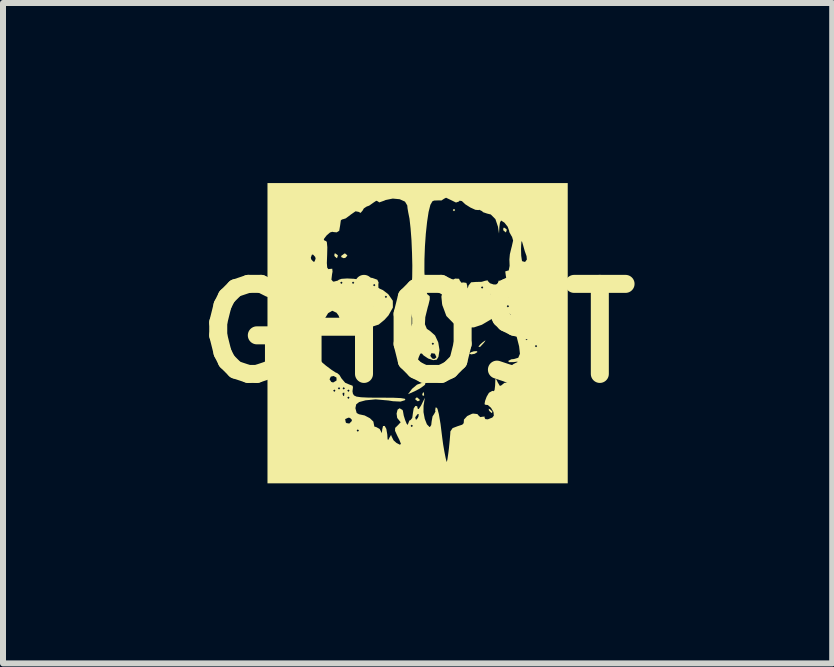
<source format=kicad_pcb>
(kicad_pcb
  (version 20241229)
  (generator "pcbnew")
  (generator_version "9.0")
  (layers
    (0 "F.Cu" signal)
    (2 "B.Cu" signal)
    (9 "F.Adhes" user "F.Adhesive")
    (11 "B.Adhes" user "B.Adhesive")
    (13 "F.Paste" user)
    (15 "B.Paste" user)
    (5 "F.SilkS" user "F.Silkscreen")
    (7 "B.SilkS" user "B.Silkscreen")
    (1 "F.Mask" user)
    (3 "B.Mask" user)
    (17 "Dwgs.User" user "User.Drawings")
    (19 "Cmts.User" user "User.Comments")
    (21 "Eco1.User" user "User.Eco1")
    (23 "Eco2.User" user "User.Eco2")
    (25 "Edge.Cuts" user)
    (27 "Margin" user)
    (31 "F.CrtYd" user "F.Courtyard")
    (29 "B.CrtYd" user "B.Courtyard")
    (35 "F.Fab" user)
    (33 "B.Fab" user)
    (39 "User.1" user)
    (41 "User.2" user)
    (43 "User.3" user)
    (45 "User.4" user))
  (footprint "GHOST"
    (layer "F.Cu")
    (at 3.907 2.501)
    (property "Reference" "GHOST" (at 0 0 0) (layer "F.SilkS") (effects (font (size 1.5 1.5) (thickness 0.3))))
    (attr board_only exclude_from_pos_files exclude_from_bom)
    (fp_poly (pts (xy 0.625 -2.052) (xy 0.606 -2.032) (xy 0.586 -2.052) (xy 0.606 -2.071)) (stroke (width 0) (type solid)) (fill yes) (layer "F.SilkS"))
    (fp_poly (pts (xy 1.446 0.528) (xy 1.426 0.547) (xy 1.407 0.528) (xy 1.426 0.508)) (stroke (width 0) (type solid)) (fill yes) (layer "F.SilkS"))
    (fp_poly (pts (xy 0.104 0.99) (xy 0.109 1.036) (xy 0.104 1.042) (xy 0.081 1.037) (xy 0.078 1.016) (xy 0.092 0.984)) (stroke (width 0) (type solid)) (fill yes) (layer "F.SilkS"))
    (fp_poly (pts (xy 0.651 0.365) (xy 0.646 0.388) (xy 0.625 0.391) (xy 0.593 0.376) (xy 0.599 0.365) (xy 0.646 0.36)) (stroke (width 0) (type solid)) (fill yes) (layer "F.SilkS"))
    (fp_poly (pts (xy 0.81 0.289) (xy 0.798 0.307) (xy 0.759 0.31) (xy 0.717 0.3) (xy 0.735 0.286) (xy 0.796 0.281)) (stroke (width 0) (type solid)) (fill yes) (layer "F.SilkS"))
    (fp_poly (pts (xy 0.315 0.66) (xy 0.262 0.699) (xy 0.203 0.733) (xy 0.206 0.72) (xy 0.243 0.681) (xy 0.3 0.634) (xy 0.329 0.629)) (stroke (width 0) (type solid)) (fill yes) (layer "F.SilkS"))
    (fp_poly (pts (xy 1.205 1.266) (xy 1.247 1.306) (xy 1.239 1.328) (xy 1.233 1.329) (xy 1.2 1.301) (xy 1.188 1.284) (xy 1.184 1.257)) (stroke (width 0) (type solid)) (fill yes) (layer "F.SilkS"))
    (fp_poly (pts (xy -1.33 -1.3) (xy -1.329 -1.29) (xy -1.342 -1.251) (xy -1.346 -1.25) (xy -1.379 -1.278) (xy -1.387 -1.29) (xy -1.384 -1.326) (xy -1.37 -1.329)) (stroke (width 0) (type solid)) (fill yes) (layer "F.SilkS"))
    (fp_poly (pts (xy -1.173 -1.299) (xy -1.172 -1.29) (xy -1.204 -1.255) (xy -1.233 -1.25) (xy -1.274 -1.269) (xy -1.27 -1.29) (xy -1.22 -1.327) (xy -1.209 -1.329)) (stroke (width 0) (type solid)) (fill yes) (layer "F.SilkS"))
    (fp_poly (pts (xy 0 1.075) (xy 0.037 1.11) (xy 0.039 1.116) (xy 0.009 1.133) (xy 0 1.133) (xy -0.038 1.103) (xy -0.039 1.092) (xy -0.015 1.069)) (stroke (width 0) (type solid)) (fill yes) (layer "F.SilkS"))
    (fp_poly (pts (xy 0.496 0.572) (xy 0.488 0.586) (xy 0.452 0.623) (xy 0.445 0.625) (xy 0.442 0.6) (xy 0.449 0.586) (xy 0.486 0.549) (xy 0.493 0.547)) (stroke (width 0) (type solid)) (fill yes) (layer "F.SilkS"))
    (fp_poly (pts (xy 0.994 0.316) (xy 0.951 0.343) (xy 0.893 0.353) (xy 0.86 0.339) (xy 0.86 0.337) (xy 0.892 0.316) (xy 0.938 0.301) (xy 0.991 0.299)) (stroke (width 0) (type solid)) (fill yes) (layer "F.SilkS"))
    (fp_poly (pts (xy 1.121 0.138) (xy 1.099 0.166) (xy 1.042 0.227) (xy 1.017 0.227) (xy 1.016 0.22) (xy 1.043 0.187) (xy 1.084 0.151) (xy 1.131 0.118)) (stroke (width 0) (type solid)) (fill yes) (layer "F.SilkS"))
    (fp_poly (pts (xy 1.316 0.611) (xy 1.309 0.625) (xy 1.272 0.663) (xy 1.265 0.664) (xy 1.263 0.639) (xy 1.27 0.625) (xy 1.307 0.588) (xy 1.314 0.586)) (stroke (width 0) (type solid)) (fill yes) (layer "F.SilkS"))
    (fp_poly (pts (xy 1.483 -1.73) (xy 1.485 -1.719) (xy 1.472 -1.681) (xy 1.468 -1.68) (xy 1.434 -1.708) (xy 1.426 -1.719) (xy 1.429 -1.755) (xy 1.444 -1.758)) (stroke (width 0) (type solid)) (fill yes) (layer "F.SilkS"))
    (fp_poly (pts (xy 0.13 0.83) (xy 0.124 0.856) (xy 0.11 0.87) (xy 0.037 0.922) (xy -0.051 0.968) (xy -0.16 1.016) (xy -0.092 0.926) (xy -0.01 0.857) (xy 0.068 0.829)) (stroke (width 0) (type solid)) (fill yes) (layer "F.SilkS"))
    (fp_poly (pts (xy 0.062 0.538) (xy 0.078 0.6) (xy 0.07 0.653) (xy 0.045 0.634) (xy 0.043 0.631) (xy 0.011 0.598) (xy -0.008 0.629) (xy -0.028 0.654) (xy -0.049 0.617) (xy -0.041 0.558) (xy 0.003 0.535)) (stroke (width 0) (type solid)) (fill yes) (layer "F.SilkS"))
    (fp_poly (pts (xy 2.501 0) (xy 2.501 2.501) (xy 0 2.501) (xy -2.501 2.501) (xy -2.501 1.622) (xy -1.016 1.622) (xy -0.996 1.641) (xy -0.977 1.622) (xy -0.996 1.602) (xy -1.016 1.622) (xy -2.501 1.622) (xy -2.501 1.431) (xy -1.207 1.431) (xy -1.197 1.485) (xy -1.186 1.497) (xy -1.138 1.505) (xy -1.098 1.465) (xy -1.094 1.444) (xy -1.126 1.411) (xy -1.153 1.407) (xy -1.207 1.431) (xy -2.501 1.431) (xy -2.501 1.075) (xy -1.172 1.075) (xy -1.153 1.094) (xy -1.133 1.075) (xy -1.153 1.055) (xy -1.172 1.075) (xy -2.501 1.075) (xy -2.501 1.016) (xy -1.25 1.016) (xy -1.236 1.048) (xy -1.224 1.042) (xy -1.22 0.996) (xy -1.224 0.99) (xy -1.248 0.995) (xy -1.25 1.016) (xy -2.501 1.016) (xy -2.501 0.957) (xy -1.407 0.957) (xy -1.387 0.977) (xy -1.368 0.957) (xy -1.172 0.957) (xy -1.153 0.977) (xy -1.133 0.957) (xy -1.153 0.938) (xy -1.172 0.957) (xy -1.368 0.957) (xy -1.387 0.938) (xy -1.407 0.957) (xy -2.501 0.957) (xy -2.501 0.918) (xy -1.329 0.918) (xy -1.309 0.938) (xy -1.29 0.918) (xy -1.25 0.918) (xy -1.231 0.938) (xy -1.211 0.918) (xy -1.231 0.899) (xy -1.25 0.918) (xy -1.29 0.918) (xy -1.309 0.899) (xy -1.329 0.918) (xy -2.501 0.918) (xy -2.501 0.768) (xy -1.467 0.768) (xy -1.438 0.812) (xy -1.407 0.821) (xy -1.356 0.792) (xy -1.35 0.784) (xy -1.352 0.738) (xy -1.399 0.713) (xy -1.446 0.723) (xy -1.467 0.768) (xy -2.501 0.768) (xy -2.501 0.352) (xy -1.674 0.352) (xy -1.653 0.42) (xy -1.59 0.487) (xy -1.53 0.538) (xy -1.434 0.61) (xy -1.363 0.656) (xy -1.34 0.664) (xy -1.302 0.696) (xy -1.269 0.752) (xy -1.206 0.826) (xy -1.142 0.853) (xy -1.083 0.875) (xy -1.077 0.902) (xy -1.085 0.967) (xy -1.078 1.007) (xy -1.06 1.036) (xy -1.019 1.056) (xy -0.942 1.067) (xy -0.814 1.073) (xy -0.624 1.074) (xy -0.604 1.074) (xy -0.406 1.075) (xy -0.278 1.081) (xy -0.213 1.092) (xy -0.204 1.109) (xy -0.212 1.116) (xy -0.285 1.139) (xy -0.41 1.133) (xy -0.485 1.121) (xy -0.7 1.102) (xy -0.867 1.118) (xy -0.974 1.147) (xy -1.023 1.185) (xy -1.036 1.247) (xy -1.036 1.251) (xy -1.015 1.329) (xy -0.977 1.35) (xy -0.883 1.37) (xy -0.795 1.416) (xy -0.737 1.472) (xy -0.73 1.509) (xy -0.72 1.556) (xy -0.691 1.563) (xy -0.632 1.595) (xy -0.613 1.631) (xy -0.599 1.665) (xy -0.591 1.623) (xy -0.591 1.61) (xy -0.576 1.546) (xy -0.548 1.545) (xy -0.521 1.594) (xy -0.506 1.682) (xy -0.505 1.692) (xy -0.5 1.77) (xy -0.487 1.776) (xy -0.469 1.739) (xy -0.442 1.694) (xy -0.433 1.72) (xy -0.4 1.785) (xy -0.352 1.828) (xy -0.294 1.858) (xy -0.278 1.843) (xy -0.305 1.774) (xy -0.337 1.711) (xy -0.376 1.626) (xy -0.374 1.577) (xy -0.339 1.544) (xy -0.117 1.544) (xy -0.098 1.563) (xy -0.078 1.544) (xy -0.098 1.524) (xy -0.117 1.544) (xy -0.339 1.544) (xy -0.33 1.534) (xy -0.327 1.532) (xy -0.282 1.483) (xy -0.303 1.458) (xy -0.34 1.412) (xy -0.35 1.339) (xy -0.334 1.274) (xy -0.3 1.25) (xy -0.25 1.28) (xy -0.244 1.299) (xy -0.231 1.372) (xy -0.207 1.449) (xy -0.182 1.509) (xy -0.163 1.528) (xy -0.16 1.514) (xy -0.138 1.456) (xy -0.117 1.446) (xy -0.09 1.412) (xy -0.089 1.409) (xy -0.039 1.409) (xy -0.027 1.445) (xy 0.002 1.414) (xy 0.015 1.385) (xy 0.018 1.345) (xy -0.000448 1.348) (xy -0.038 1.398) (xy -0.039 1.409) (xy -0.089 1.409) (xy -0.078 1.33) (xy -0.078 1.329) (xy -0.065 1.252) (xy -0.036 1.211) (xy -0.007 1.217) (xy 0.003 1.26) (xy 0.019 1.263) (xy 0.055 1.209) (xy 0.064 1.192) (xy 0.121 1.075) (xy 0.099 1.208) (xy 0.098 1.314) (xy 0.119 1.426) (xy 0.155 1.518) (xy 0.198 1.562) (xy 0.205 1.563) (xy 0.227 1.53) (xy 0.234 1.468) (xy 0.249 1.385) (xy 0.274 1.348) (xy 0.298 1.303) (xy 0.293 1.29) (xy 0.299 1.241) (xy 0.307 1.234) (xy 0.33 1.256) (xy 0.354 1.348) (xy 0.382 1.513) (xy 0.41 1.739) (xy 0.426 1.856) (xy 0.447 1.977) (xy 0.467 2.078) (xy 0.482 2.137) (xy 0.487 2.143) (xy 0.497 2.1) (xy 0.511 2.003) (xy 0.522 1.915) (xy 0.535 1.783) (xy 0.544 1.676) (xy 0.546 1.636) (xy 0.583 1.581) (xy 0.667 1.549) (xy 0.744 1.524) (xy 0.769 1.497) (xy 0.768 1.495) (xy 0.772 1.439) (xy 0.826 1.38) (xy 0.907 1.342) (xy 0.928 1.339) (xy 0.996 1.347) (xy 1.016 1.372) (xy 1.045 1.398) (xy 1.077 1.392) (xy 1.117 1.389) (xy 1.115 1.405) (xy 1.128 1.431) (xy 1.17 1.435) (xy 1.245 1.405) (xy 1.27 1.373) (xy 1.264 1.312) (xy 1.223 1.243) (xy 1.17 1.196) (xy 1.132 1.193) (xy 1.115 1.182) (xy 1.124 1.128) (xy 1.15 1.058) (xy 1.186 0.997) (xy 1.194 0.989) (xy 1.246 0.96) (xy 1.265 0.966) (xy 1.282 0.949) (xy 1.291 0.875) (xy 1.292 0.856) (xy 1.295 0.771) (xy 1.305 0.757) (xy 1.33 0.808) (xy 1.336 0.821) (xy 1.371 0.878) (xy 1.395 0.869) (xy 1.445 0.828) (xy 1.484 0.821) (xy 1.549 0.789) (xy 1.578 0.712) (xy 1.561 0.62) (xy 1.556 0.611) (xy 1.546 0.554) (xy 1.602 0.51) (xy 1.61 0.507) (xy 1.668 0.479) (xy 1.657 0.474) (xy 1.594 0.482) (xy 1.524 0.482) (xy 1.508 0.463) (xy 1.56 0.435) (xy 1.606 0.43) (xy 1.677 0.409) (xy 1.705 0.342) (xy 1.691 0.219) (xy 1.69 0.215) (xy 1.954 0.215) (xy 1.973 0.234) (xy 1.993 0.215) (xy 1.973 0.195) (xy 1.954 0.215) (xy 1.69 0.215) (xy 1.666 0.121) (xy 1.66 0.098) (xy 1.798 0.098) (xy 1.817 0.117) (xy 1.837 0.098) (xy 1.817 0.078) (xy 1.798 0.098) (xy 1.66 0.098) (xy 1.636 -0.001) (xy 1.635 -0.068) (xy 1.646 -0.078) (xy 1.655 -0.098) (xy 1.876 -0.098) (xy 1.895 -0.078) (xy 1.915 -0.098) (xy 1.895 -0.117) (xy 1.876 -0.098) (xy 1.655 -0.098) (xy 1.656 -0.1) (xy 1.63 -0.134) (xy 1.549 -0.172) (xy 1.48 -0.173) (xy 1.387 -0.154) (xy 1.475 -0.2) (xy 1.55 -0.258) (xy 1.551 -0.308) (xy 1.504 -0.338) (xy 1.454 -0.348) (xy 1.396 -0.333) (xy 1.31 -0.285) (xy 1.231 -0.235) (xy 1.071 -0.141) (xy 0.939 -0.097) (xy 0.809 -0.094) (xy 0.768 -0.1) (xy 0.599 -0.164) (xy 0.479 -0.287) (xy 0.448 -0.371) (xy 1.25 -0.371) (xy 1.27 -0.352) (xy 1.29 -0.371) (xy 1.27 -0.391) (xy 1.25 -0.371) (xy 0.448 -0.371) (xy 0.419 -0.449) (xy 1.485 -0.449) (xy 1.504 -0.43) (xy 1.524 -0.449) (xy 1.504 -0.469) (xy 1.485 -0.449) (xy 0.419 -0.449) (xy 0.412 -0.466) (xy 0.407 -0.495) (xy 0.404 -0.531) (xy 1.371 -0.531) (xy 1.378 -0.48) (xy 1.391 -0.48) (xy 1.401 -0.532) (xy 1.394 -0.554) (xy 1.377 -0.569) (xy 1.371 -0.531) (xy 0.404 -0.531) (xy 0.396 -0.609) (xy 0.397 -0.612) (xy 1.459 -0.612) (xy 1.464 -0.589) (xy 1.485 -0.586) (xy 1.517 -0.6) (xy 1.511 -0.612) (xy 1.465 -0.617) (xy 1.459 -0.612) (xy 0.397 -0.612) (xy 0.404 -0.645) (xy 1.211 -0.645) (xy 1.231 -0.625) (xy 1.25 -0.645) (xy 1.231 -0.664) (xy 1.211 -0.645) (xy 0.404 -0.645) (xy 0.411 -0.676) (xy 0.459 -0.725) (xy 0.464 -0.728) (xy 0.527 -0.79) (xy 0.547 -0.838) (xy 0.58 -0.888) (xy 0.625 -0.91) (xy 0.69 -0.907) (xy 0.703 -0.877) (xy 0.73 -0.841) (xy 0.762 -0.846) (xy 0.813 -0.838) (xy 0.825 -0.795) (xy 0.831 -0.745) (xy 0.838 -0.762) (xy 1.055 -0.762) (xy 1.075 -0.742) (xy 1.094 -0.762) (xy 1.075 -0.782) (xy 1.055 -0.762) (xy 0.838 -0.762) (xy 0.842 -0.771) (xy 0.848 -0.794) (xy 0.891 -0.848) (xy 0.971 -0.854) (xy 1.067 -0.856) (xy 1.123 -0.873) (xy 1.166 -0.881) (xy 1.172 -0.867) (xy 1.206 -0.832) (xy 1.266 -0.812) (xy 1.335 -0.811) (xy 1.341 -0.843) (xy 1.35 -0.876) (xy 1.409 -0.87) (xy 1.469 -0.863) (xy 1.481 -0.898) (xy 1.47 -0.955) (xy 1.46 -1.029) (xy 1.483 -1.037) (xy 1.518 -1.046) (xy 1.533 -1.122) (xy 1.529 -1.228) (xy 1.537 -1.316) (xy 1.558 -1.404) (xy 1.723 -1.404) (xy 1.726 -1.291) (xy 1.737 -1.214) (xy 1.744 -1.199) (xy 1.79 -1.187) (xy 1.82 -1.227) (xy 1.815 -1.284) (xy 1.785 -1.368) (xy 1.758 -1.465) (xy 1.739 -1.528) (xy 1.73 -1.529) (xy 1.725 -1.461) (xy 1.723 -1.404) (xy 1.558 -1.404) (xy 1.564 -1.428) (xy 1.567 -1.437) (xy 1.591 -1.544) (xy 1.573 -1.607) (xy 1.567 -1.614) (xy 1.528 -1.685) (xy 1.524 -1.71) (xy 1.5 -1.775) (xy 1.446 -1.842) (xy 1.393 -1.876) (xy 1.39 -1.876) (xy 1.372 -1.842) (xy 1.362 -1.768) (xy 1.356 -1.661) (xy 1.339 -1.774) (xy 1.296 -1.901) (xy 1.219 -1.978) (xy 1.158 -1.993) (xy 1.09 -2.016) (xy 1.074 -2.033) (xy 1.028 -2.056) (xy 1.014 -2.051) (xy 0.962 -2.056) (xy 0.879 -2.094) (xy 0.794 -2.148) (xy 0.738 -2.201) (xy 0.7 -2.208) (xy 0.687 -2.193) (xy 0.639 -2.177) (xy 0.558 -2.217) (xy 0.474 -2.257) (xy 0.441 -2.24) (xy 0.397 -2.211) (xy 0.36 -2.213) (xy 0.276 -2.21) (xy 0.247 -2.198) (xy 0.213 -2.139) (xy 0.183 -2.02) (xy 0.158 -1.855) (xy 0.137 -1.659) (xy 0.122 -1.446) (xy 0.114 -1.231) (xy 0.113 -1.03) (xy 0.12 -0.856) (xy 0.135 -0.725) (xy 0.16 -0.651) (xy 0.171 -0.641) (xy 0.201 -0.617) (xy 0.203 -0.566) (xy 0.179 -0.465) (xy 0.171 -0.441) (xy 0.128 -0.267) (xy 0.122 -0.149) (xy 0.154 -0.073) (xy 0.212 -0.033) (xy 0.291 0.038) (xy 0.344 0.153) (xy 0.365 0.281) (xy 0.347 0.394) (xy 0.318 0.44) (xy 0.261 0.449) (xy 0.177 0.422) (xy 0.111 0.378) (xy 0.212 0.378) (xy 0.243 0.421) (xy 0.276 0.43) (xy 0.312 0.404) (xy 0.313 0.397) (xy 0.287 0.341) (xy 0.234 0.333) (xy 0.228 0.336) (xy 0.212 0.378) (xy 0.111 0.378) (xy 0.099 0.37) (xy 0.071 0.338) (xy 0.045 0.34) (xy 0.018 0.402) (xy 0.018 0.404) (xy -0.005 0.475) (xy -0.03 0.478) (xy -0.061 0.441) (xy -0.115 0.394) (xy -0.182 0.413) (xy -0.187 0.416) (xy -0.272 0.442) (xy -0.321 0.401) (xy -0.327 0.332) (xy -0.302 0.243) (xy -0.272 0.176) (xy 0.234 0.176) (xy 0.254 0.195) (xy 0.274 0.176) (xy 0.254 0.156) (xy 0.234 0.176) (xy -0.272 0.176) (xy -0.248 0.12) (xy -0.18 -0.005) (xy -0.115 -0.1) (xy -0.09 -0.157) (xy -0.09 -0.25) (xy -0.11 -0.371) (xy -0.133 -0.557) (xy -0.115 -0.694) (xy -0.113 -0.698) (xy -0.098 -0.788) (xy -0.09 -0.937) (xy -0.088 -1.126) (xy -0.093 -1.337) (xy -0.102 -1.55) (xy -0.117 -1.746) (xy -0.135 -1.908) (xy -0.156 -2.012) (xy -0.168 -2.082) (xy -0.172 -2.128) (xy -0.21 -2.192) (xy -0.298 -2.232) (xy -0.414 -2.243) (xy -0.532 -2.219) (xy -0.557 -2.208) (xy -0.639 -2.179) (xy -0.664 -2.197) (xy -0.688 -2.207) (xy -0.736 -2.175) (xy -0.807 -2.125) (xy -0.849 -2.11) (xy -0.896 -2.079) (xy -0.915 -2.045) (xy -0.95 -2.004) (xy -0.981 -2.021) (xy -1.034 -2.031) (xy -1.115 -1.975) (xy -1.122 -1.969) (xy -1.197 -1.913) (xy -1.251 -1.896) (xy -1.255 -1.898) (xy -1.279 -1.88) (xy -1.289 -1.807) (xy -1.29 -1.8) (xy -1.306 -1.706) (xy -1.348 -1.68) (xy -1.409 -1.686) (xy -1.42 -1.69) (xy -1.459 -1.678) (xy -1.514 -1.631) (xy -1.556 -1.577) (xy -1.563 -1.556) (xy -1.539 -1.536) (xy -1.528 -1.541) (xy -1.512 -1.517) (xy -1.504 -1.432) (xy -1.507 -1.305) (xy -1.512 -1.168) (xy -1.506 -1.093) (xy -1.487 -1.067) (xy -1.461 -1.071) (xy -1.422 -1.074) (xy -1.417 -1.026) (xy -1.426 -0.977) (xy -1.436 -0.892) (xy -1.409 -0.861) (xy -1.393 -0.86) (xy -1.328 -0.877) (xy -1.314 -0.89) (xy -1.267 -0.906) (xy -1.175 -0.912) (xy -1.067 -0.907) (xy -0.976 -0.894) (xy -0.941 -0.881) (xy -0.899 -0.889) (xy -0.891 -0.903) (xy -0.843 -0.93) (xy -0.755 -0.921) (xy -0.671 -0.891) (xy -0.649 -0.844) (xy -0.654 -0.818) (xy -0.653 -0.757) (xy -0.632 -0.742) (xy -0.578 -0.718) (xy -0.499 -0.658) (xy -0.486 -0.646) (xy -0.413 -0.541) (xy -0.412 -0.427) (xy -0.485 -0.297) (xy -0.552 -0.223) (xy -0.648 -0.144) (xy -0.747 -0.112) (xy -0.846 -0.108) (xy -0.98 -0.124) (xy -1.078 -0.163) (xy -1.09 -0.172) (xy -1.18 -0.229) (xy -1.244 -0.216) (xy -1.264 -0.186) (xy -1.281 -0.174) (xy -1.286 -0.208) (xy -1.316 -0.293) (xy -1.351 -0.341) (xy -1.422 -0.374) (xy -1.491 -0.334) (xy -1.555 -0.228) (xy -1.61 -0.06) (xy -1.655 0.162) (xy -1.667 0.255) (xy -1.674 0.352) (xy -2.501 0.352) (xy -2.501 0) (xy -2.501 -0.449) (xy -0.782 -0.449) (xy -0.762 -0.43) (xy -0.742 -0.449) (xy -0.762 -0.469) (xy -0.782 -0.449) (xy -2.501 -0.449) (xy -2.501 -0.606) (xy -0.547 -0.606) (xy -0.528 -0.586) (xy -0.508 -0.606) (xy -0.528 -0.625) (xy -0.547 -0.606) (xy -2.501 -0.606) (xy -2.501 -0.801) (xy -0.821 -0.801) (xy -0.801 -0.782) (xy -0.782 -0.801) (xy -0.742 -0.801) (xy -0.723 -0.782) (xy -0.703 -0.801) (xy -0.723 -0.821) (xy -0.742 -0.801) (xy -0.782 -0.801) (xy -0.801 -0.821) (xy -0.821 -0.801) (xy -2.501 -0.801) (xy -2.501 -0.84) (xy -1.29 -0.84) (xy -1.27 -0.821) (xy -1.25 -0.84) (xy -1.094 -0.84) (xy -1.075 -0.821) (xy -1.055 -0.84) (xy -1.075 -0.86) (xy -1.094 -0.84) (xy -1.25 -0.84) (xy -1.27 -0.86) (xy -1.29 -0.84) (xy -2.501 -0.84) (xy -2.501 -1.259) (xy -1.779 -1.259) (xy -1.772 -1.23) (xy -1.736 -1.191) (xy -1.717 -1.193) (xy -1.699 -1.242) (xy -1.706 -1.271) (xy -1.742 -1.31) (xy -1.761 -1.308) (xy -1.779 -1.259) (xy -2.501 -1.259) (xy -2.501 -2.501) (xy 0 -2.501) (xy 2.501 -2.501)) (stroke (width 0) (type solid)) (fill yes) (layer "F.SilkS")))
  (gr_rect
    (start -3 -3)
    (end 10.814 8.002)
    (stroke (width 0.1) (type default))
    (fill no)
    (layer "Edge.Cuts")))
</source>
